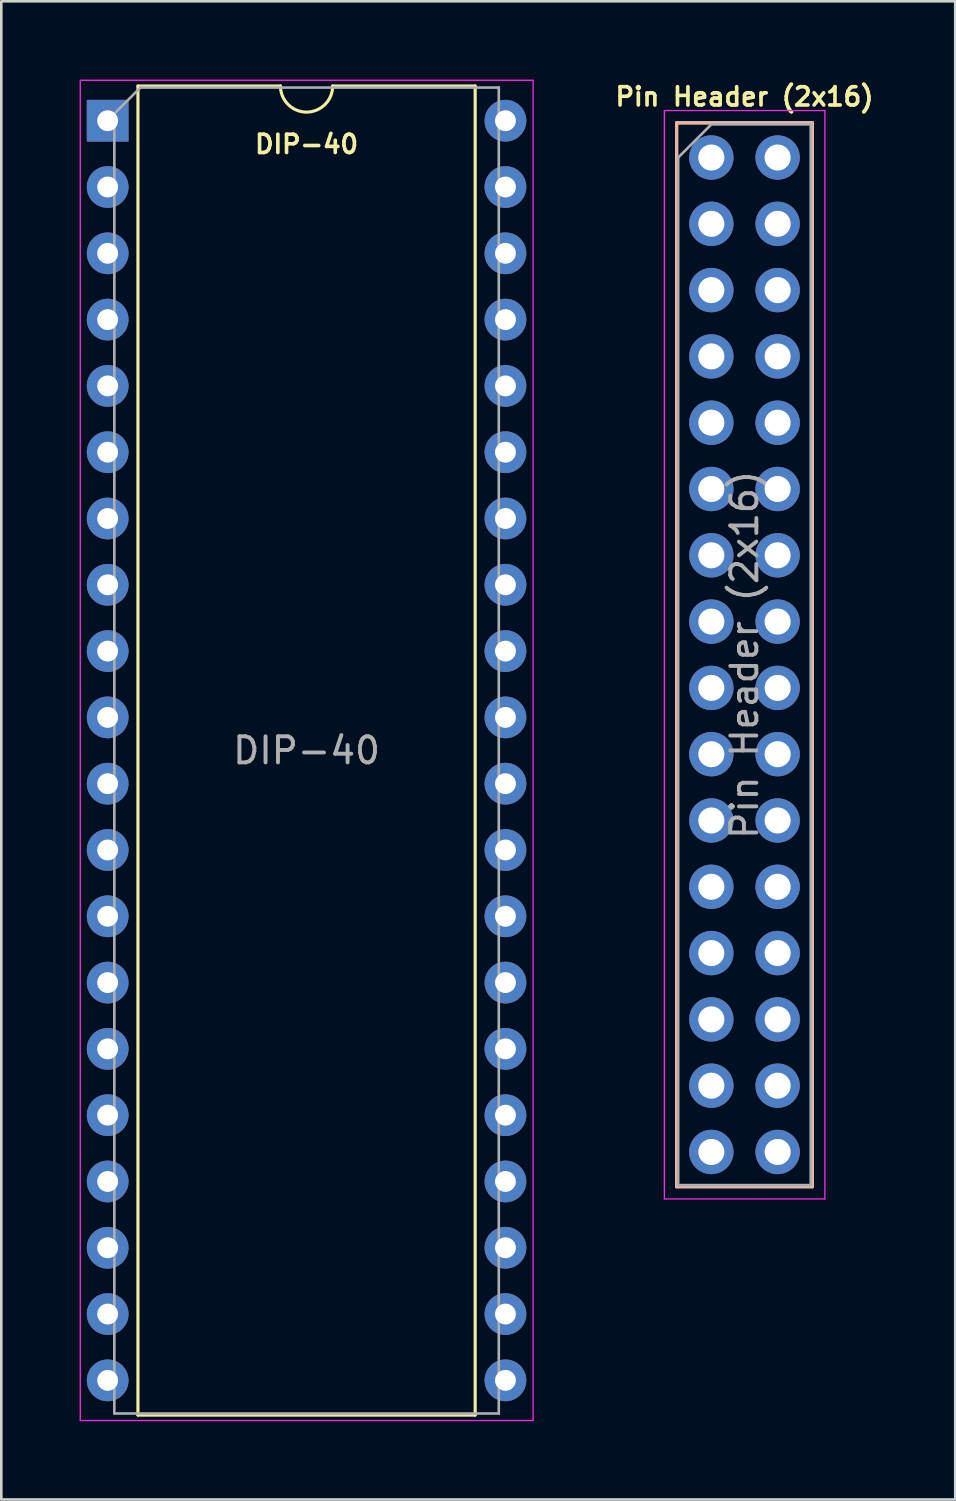
<source format=kicad_pcb>
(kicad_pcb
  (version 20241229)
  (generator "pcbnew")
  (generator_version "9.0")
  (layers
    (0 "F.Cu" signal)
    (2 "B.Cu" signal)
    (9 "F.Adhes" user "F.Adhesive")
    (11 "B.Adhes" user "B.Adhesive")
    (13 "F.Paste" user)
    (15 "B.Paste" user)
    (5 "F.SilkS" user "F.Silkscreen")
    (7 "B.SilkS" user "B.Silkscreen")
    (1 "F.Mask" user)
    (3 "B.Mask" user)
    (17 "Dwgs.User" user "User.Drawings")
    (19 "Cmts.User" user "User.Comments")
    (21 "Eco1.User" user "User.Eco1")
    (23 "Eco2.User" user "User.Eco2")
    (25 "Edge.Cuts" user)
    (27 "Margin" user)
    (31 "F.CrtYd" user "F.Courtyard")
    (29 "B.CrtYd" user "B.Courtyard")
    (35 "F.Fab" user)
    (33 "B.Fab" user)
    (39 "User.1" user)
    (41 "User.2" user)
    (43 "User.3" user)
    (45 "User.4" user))
  (footprint "DIP-40"
    (layer "F.Cu")
    (at 1.075 1.575)
    (property "Reference" "DIP-40" (at 7.62 0.9 0) (layer "F.SilkS") (effects (font (size 0.7 0.7) (thickness 0.14) (bold yes))))
    (attr through_hole)
    (fp_line (start 1.16 -1.33) (end 1.16 49.59) (stroke (width 0.12) (type solid)) (layer "F.SilkS"))
    (fp_line (start 1.16 49.59) (end 14.08 49.59) (stroke (width 0.12) (type solid)) (layer "F.SilkS"))
    (fp_line (start 6.62 -1.33) (end 1.16 -1.33) (stroke (width 0.12) (type solid)) (layer "F.SilkS"))
    (fp_line (start 14.08 -1.33) (end 8.62 -1.33) (stroke (width 0.12) (type solid)) (layer "F.SilkS"))
    (fp_line (start 14.08 49.59) (end 14.08 -1.33) (stroke (width 0.12) (type solid)) (layer "F.SilkS"))
    (fp_arc (start 8.62 -1.33) (mid 7.62 -0.33) (end 6.62 -1.33) (stroke (width 0.12) (type solid)) (layer "F.SilkS"))
    (fp_line (start -1.05 -1.55) (end -1.05 49.8) (stroke (width 0.05) (type solid)) (layer "F.CrtYd"))
    (fp_line (start -1.05 49.8) (end 16.3 49.8) (stroke (width 0.05) (type solid)) (layer "F.CrtYd"))
    (fp_line (start 16.3 -1.55) (end -1.05 -1.55) (stroke (width 0.05) (type solid)) (layer "F.CrtYd"))
    (fp_line (start 16.3 49.8) (end 16.3 -1.55) (stroke (width 0.05) (type solid)) (layer "F.CrtYd"))
    (fp_line (start 0.255 -0.27) (end 1.255 -1.27) (stroke (width 0.1) (type solid)) (layer "F.Fab"))
    (fp_line (start 0.255 49.53) (end 0.255 -0.27) (stroke (width 0.1) (type solid)) (layer "F.Fab"))
    (fp_line (start 1.255 -1.27) (end 14.985 -1.27) (stroke (width 0.1) (type solid)) (layer "F.Fab"))
    (fp_line (start 14.985 -1.27) (end 14.985 49.53) (stroke (width 0.1) (type solid)) (layer "F.Fab"))
    (fp_line (start 14.985 49.53) (end 0.255 49.53) (stroke (width 0.1) (type solid)) (layer "F.Fab"))
    (fp_text user "${REFERENCE}" (at 7.62 24.13 0) (layer "F.Fab") (effects (font (size 1 1) (thickness 0.15))))
    (pad "1" thru_hole rect (at 0 0) (size 1.6 1.6) (drill 0.8) (layers "*.Cu" "*.Mask"))
    (pad "2" thru_hole oval (at 0 2.54) (size 1.6 1.6) (drill 0.8) (layers "*.Cu" "*.Mask"))
    (pad "3" thru_hole oval (at 0 5.08) (size 1.6 1.6) (drill 0.8) (layers "*.Cu" "*.Mask"))
    (pad "4" thru_hole oval (at 0 7.62) (size 1.6 1.6) (drill 0.8) (layers "*.Cu" "*.Mask"))
    (pad "5" thru_hole oval (at 0 10.16) (size 1.6 1.6) (drill 0.8) (layers "*.Cu" "*.Mask"))
    (pad "6" thru_hole oval (at 0 12.7) (size 1.6 1.6) (drill 0.8) (layers "*.Cu" "*.Mask"))
    (pad "7" thru_hole oval (at 0 15.24) (size 1.6 1.6) (drill 0.8) (layers "*.Cu" "*.Mask"))
    (pad "8" thru_hole oval (at 0 17.78) (size 1.6 1.6) (drill 0.8) (layers "*.Cu" "*.Mask"))
    (pad "9" thru_hole oval (at 0 20.32) (size 1.6 1.6) (drill 0.8) (layers "*.Cu" "*.Mask"))
    (pad "10" thru_hole oval (at 0 22.86) (size 1.6 1.6) (drill 0.8) (layers "*.Cu" "*.Mask"))
    (pad "11" thru_hole oval (at 0 25.4) (size 1.6 1.6) (drill 0.8) (layers "*.Cu" "*.Mask"))
    (pad "12" thru_hole oval (at 0 27.94) (size 1.6 1.6) (drill 0.8) (layers "*.Cu" "*.Mask"))
    (pad "13" thru_hole oval (at 0 30.48) (size 1.6 1.6) (drill 0.8) (layers "*.Cu" "*.Mask"))
    (pad "14" thru_hole oval (at 0 33.02) (size 1.6 1.6) (drill 0.8) (layers "*.Cu" "*.Mask"))
    (pad "15" thru_hole oval (at 0 35.56) (size 1.6 1.6) (drill 0.8) (layers "*.Cu" "*.Mask"))
    (pad "16" thru_hole oval (at 0 38.1) (size 1.6 1.6) (drill 0.8) (layers "*.Cu" "*.Mask"))
    (pad "17" thru_hole oval (at 0 40.64) (size 1.6 1.6) (drill 0.8) (layers "*.Cu" "*.Mask"))
    (pad "18" thru_hole oval (at 0 43.18) (size 1.6 1.6) (drill 0.8) (layers "*.Cu" "*.Mask"))
    (pad "19" thru_hole oval (at 0 45.72) (size 1.6 1.6) (drill 0.8) (layers "*.Cu" "*.Mask"))
    (pad "20" thru_hole oval (at 0 48.26) (size 1.6 1.6) (drill 0.8) (layers "*.Cu" "*.Mask"))
    (pad "21" thru_hole oval (at 15.24 48.26) (size 1.6 1.6) (drill 0.8) (layers "*.Cu" "*.Mask"))
    (pad "22" thru_hole oval (at 15.24 45.72) (size 1.6 1.6) (drill 0.8) (layers "*.Cu" "*.Mask"))
    (pad "23" thru_hole oval (at 15.24 43.18) (size 1.6 1.6) (drill 0.8) (layers "*.Cu" "*.Mask"))
    (pad "24" thru_hole oval (at 15.24 40.64) (size 1.6 1.6) (drill 0.8) (layers "*.Cu" "*.Mask"))
    (pad "25" thru_hole oval (at 15.24 38.1) (size 1.6 1.6) (drill 0.8) (layers "*.Cu" "*.Mask"))
    (pad "26" thru_hole oval (at 15.24 35.56) (size 1.6 1.6) (drill 0.8) (layers "*.Cu" "*.Mask"))
    (pad "27" thru_hole oval (at 15.24 33.02) (size 1.6 1.6) (drill 0.8) (layers "*.Cu" "*.Mask"))
    (pad "28" thru_hole oval (at 15.24 30.48) (size 1.6 1.6) (drill 0.8) (layers "*.Cu" "*.Mask"))
    (pad "29" thru_hole oval (at 15.24 27.94) (size 1.6 1.6) (drill 0.8) (layers "*.Cu" "*.Mask"))
    (pad "30" thru_hole oval (at 15.24 25.4) (size 1.6 1.6) (drill 0.8) (layers "*.Cu" "*.Mask"))
    (pad "31" thru_hole oval (at 15.24 22.86) (size 1.6 1.6) (drill 0.8) (layers "*.Cu" "*.Mask"))
    (pad "32" thru_hole oval (at 15.24 20.32) (size 1.6 1.6) (drill 0.8) (layers "*.Cu" "*.Mask"))
    (pad "33" thru_hole oval (at 15.24 17.78) (size 1.6 1.6) (drill 0.8) (layers "*.Cu" "*.Mask"))
    (pad "34" thru_hole oval (at 15.24 15.24) (size 1.6 1.6) (drill 0.8) (layers "*.Cu" "*.Mask"))
    (pad "35" thru_hole oval (at 15.24 12.7) (size 1.6 1.6) (drill 0.8) (layers "*.Cu" "*.Mask"))
    (pad "36" thru_hole oval (at 15.24 10.16) (size 1.6 1.6) (drill 0.8) (layers "*.Cu" "*.Mask"))
    (pad "37" thru_hole oval (at 15.24 7.62) (size 1.6 1.6) (drill 0.8) (layers "*.Cu" "*.Mask"))
    (pad "38" thru_hole oval (at 15.24 5.08) (size 1.6 1.6) (drill 0.8) (layers "*.Cu" "*.Mask"))
    (pad "39" thru_hole oval (at 15.24 2.54) (size 1.6 1.6) (drill 0.8) (layers "*.Cu" "*.Mask"))
    (pad "40" thru_hole oval (at 15.24 0) (size 1.6 1.6) (drill 0.8) (layers "*.Cu" "*.Mask")))
  (footprint "Pin Header (2x16)"
    (layer "F.Cu")
    (at 24.203 2.985)
    (property "Reference" "Pin Header (2x16)" (at 1.27 -2.33 0) (layer "F.SilkS") (effects (font (size 0.7 0.7) (thickness 0.14) (bold yes))))
    (attr through_hole)
    (fp_line (start -1.33 -1.33) (end -1.33 39.43) (stroke (width 0.12) (type solid)) (layer "F.SilkS"))
    (fp_line (start -1.33 -1.33) (end 3.87 -1.33) (stroke (width 0.12) (type solid)) (layer "F.SilkS"))
    (fp_line (start -1.33 39.43) (end 3.87 39.43) (stroke (width 0.12) (type solid)) (layer "F.SilkS"))
    (fp_line (start 3.87 -1.33) (end 3.87 39.43) (stroke (width 0.12) (type solid)) (layer "F.SilkS"))
    (fp_line (start -1.33 -1.33) (end -1.33 39.43) (stroke (width 0.12) (type solid)) (layer "B.SilkS"))
    (fp_line (start -1.33 -1.33) (end 3.87 -1.33) (stroke (width 0.12) (type solid)) (layer "B.SilkS"))
    (fp_line (start -1.33 39.43) (end 3.87 39.43) (stroke (width 0.12) (type solid)) (layer "B.SilkS"))
    (fp_line (start 3.87 -1.33) (end 3.87 39.43) (stroke (width 0.12) (type solid)) (layer "B.SilkS"))
    (fp_line (start -1.8 -1.8) (end -1.8 39.9) (stroke (width 0.05) (type solid)) (layer "F.CrtYd"))
    (fp_line (start -1.8 39.9) (end 4.35 39.9) (stroke (width 0.05) (type solid)) (layer "F.CrtYd"))
    (fp_line (start 4.35 -1.8) (end -1.8 -1.8) (stroke (width 0.05) (type solid)) (layer "F.CrtYd"))
    (fp_line (start 4.35 39.9) (end 4.35 -1.8) (stroke (width 0.05) (type solid)) (layer "F.CrtYd"))
    (fp_line (start -1.27 0) (end 0 -1.27) (stroke (width 0.1) (type solid)) (layer "F.Fab"))
    (fp_line (start -1.27 39.37) (end -1.27 0) (stroke (width 0.1) (type solid)) (layer "F.Fab"))
    (fp_line (start 0 -1.27) (end 3.81 -1.27) (stroke (width 0.1) (type solid)) (layer "F.Fab"))
    (fp_line (start 3.81 -1.27) (end 3.81 39.37) (stroke (width 0.1) (type solid)) (layer "F.Fab"))
    (fp_line (start 3.81 39.37) (end -1.27 39.37) (stroke (width 0.1) (type solid)) (layer "F.Fab"))
    (fp_text user "${REFERENCE}" (at 1.27 19.05 90) (layer "F.Fab") (effects (font (size 1 1) (thickness 0.15))))
    (pad "1" thru_hole oval (at 0 0) (size 1.7 1.7) (drill 1) (layers "*.Cu" "*.Mask"))
    (pad "2" thru_hole oval (at 2.54 0) (size 1.7 1.7) (drill 1) (layers "*.Cu" "*.Mask"))
    (pad "3" thru_hole oval (at 0 2.54) (size 1.7 1.7) (drill 1) (layers "*.Cu" "*.Mask"))
    (pad "4" thru_hole oval (at 2.54 2.54) (size 1.7 1.7) (drill 1) (layers "*.Cu" "*.Mask"))
    (pad "5" thru_hole oval (at 0 5.08) (size 1.7 1.7) (drill 1) (layers "*.Cu" "*.Mask"))
    (pad "6" thru_hole oval (at 2.54 5.08) (size 1.7 1.7) (drill 1) (layers "*.Cu" "*.Mask"))
    (pad "7" thru_hole oval (at 0 7.62) (size 1.7 1.7) (drill 1) (layers "*.Cu" "*.Mask"))
    (pad "8" thru_hole oval (at 2.54 7.62) (size 1.7 1.7) (drill 1) (layers "*.Cu" "*.Mask"))
    (pad "9" thru_hole oval (at 0 10.16) (size 1.7 1.7) (drill 1) (layers "*.Cu" "*.Mask"))
    (pad "10" thru_hole oval (at 2.54 10.16) (size 1.7 1.7) (drill 1) (layers "*.Cu" "*.Mask"))
    (pad "11" thru_hole oval (at 0 12.7) (size 1.7 1.7) (drill 1) (layers "*.Cu" "*.Mask"))
    (pad "12" thru_hole oval (at 2.54 12.7) (size 1.7 1.7) (drill 1) (layers "*.Cu" "*.Mask"))
    (pad "13" thru_hole oval (at 0 15.24) (size 1.7 1.7) (drill 1) (layers "*.Cu" "*.Mask"))
    (pad "14" thru_hole oval (at 2.54 15.24) (size 1.7 1.7) (drill 1) (layers "*.Cu" "*.Mask"))
    (pad "15" thru_hole oval (at 0 17.78) (size 1.7 1.7) (drill 1) (layers "*.Cu" "*.Mask"))
    (pad "16" thru_hole oval (at 2.54 17.78) (size 1.7 1.7) (drill 1) (layers "*.Cu" "*.Mask"))
    (pad "17" thru_hole oval (at 0 20.32) (size 1.7 1.7) (drill 1) (layers "*.Cu" "*.Mask"))
    (pad "18" thru_hole oval (at 2.54 20.32) (size 1.7 1.7) (drill 1) (layers "*.Cu" "*.Mask"))
    (pad "19" thru_hole oval (at 0 22.86) (size 1.7 1.7) (drill 1) (layers "*.Cu" "*.Mask"))
    (pad "20" thru_hole oval (at 2.54 22.86) (size 1.7 1.7) (drill 1) (layers "*.Cu" "*.Mask"))
    (pad "21" thru_hole oval (at 0 25.4) (size 1.7 1.7) (drill 1) (layers "*.Cu" "*.Mask"))
    (pad "22" thru_hole oval (at 2.54 25.4) (size 1.7 1.7) (drill 1) (layers "*.Cu" "*.Mask"))
    (pad "23" thru_hole oval (at 0 27.94) (size 1.7 1.7) (drill 1) (layers "*.Cu" "*.Mask"))
    (pad "24" thru_hole oval (at 2.54 27.94) (size 1.7 1.7) (drill 1) (layers "*.Cu" "*.Mask"))
    (pad "25" thru_hole oval (at 0 30.48) (size 1.7 1.7) (drill 1) (layers "*.Cu" "*.Mask"))
    (pad "26" thru_hole oval (at 2.54 30.48) (size 1.7 1.7) (drill 1) (layers "*.Cu" "*.Mask"))
    (pad "27" thru_hole oval (at 0 33.02) (size 1.7 1.7) (drill 1) (layers "*.Cu" "*.Mask"))
    (pad "28" thru_hole oval (at 2.54 33.02) (size 1.7 1.7) (drill 1) (layers "*.Cu" "*.Mask"))
    (pad "29" thru_hole oval (at 0 35.56) (size 1.7 1.7) (drill 1) (layers "*.Cu" "*.Mask"))
    (pad "30" thru_hole oval (at 2.54 35.56) (size 1.7 1.7) (drill 1) (layers "*.Cu" "*.Mask"))
    (pad "31" thru_hole oval (at 0 38.1) (size 1.7 1.7) (drill 1) (layers "*.Cu" "*.Mask"))
    (pad "32" thru_hole oval (at 2.54 38.1) (size 1.7 1.7) (drill 1) (layers "*.Cu" "*.Mask")))
  (gr_rect
    (start -3 -3)
    (end 33.547 54.4)
    (stroke (width 0.1) (type default))
    (fill no)
    (layer "Edge.Cuts")))
</source>
